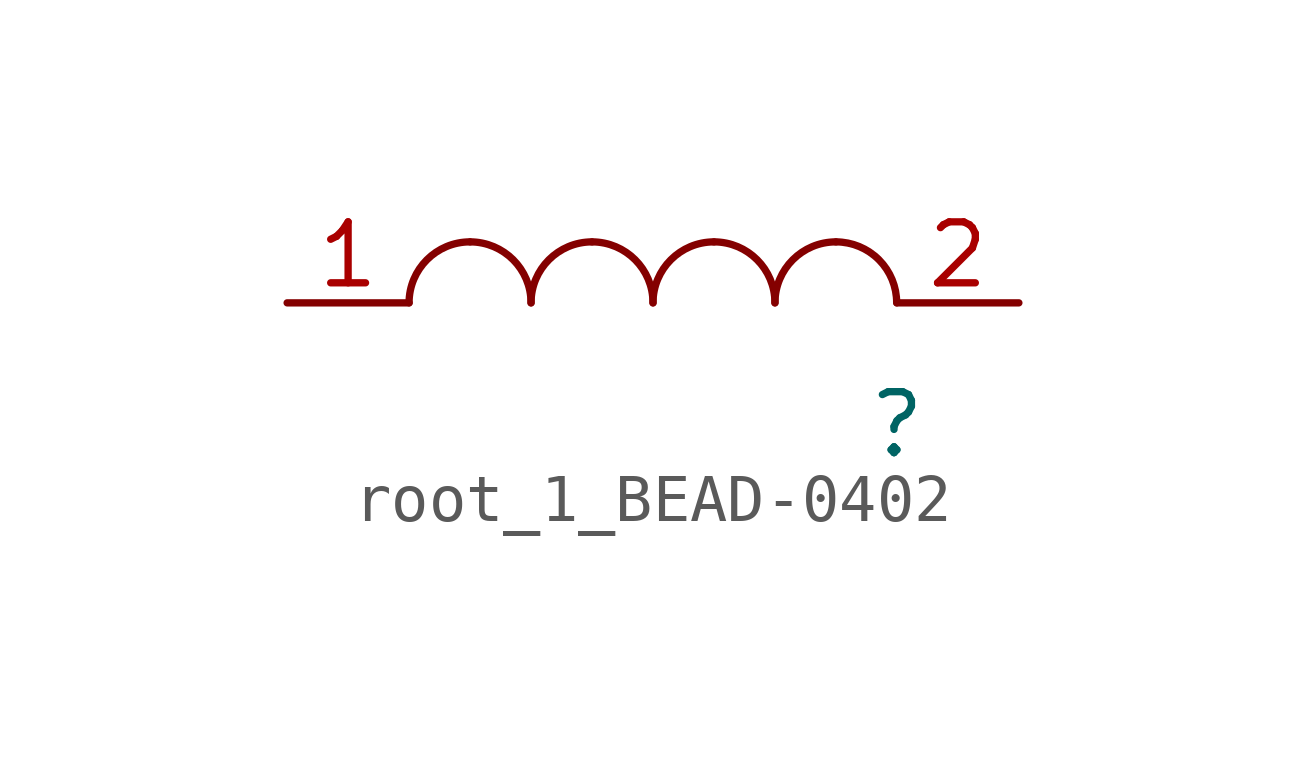
<source format=kicad_sym>
(kicad_symbol_lib
  (version 20220914)
  (generator kicad_symbol_editor)
  (symbol "root_1_BEAD-0402"
    (property "Reference" ""
      (at 0 0 0)
      (effects (font (size 1.27 1.27))))
    (property "Value" ""
      (at 0 0 0)
      (effects (font (size 1.27 1.27))))
    (symbol "root_1_BEAD-0402_1_0"
      (arc (start -8.89 3.81) (mid -9.788 3.438) (end -10.16 2.54) (stroke (width 0) (type solid)) (fill (type none)))
      (arc (start -7.62 2.54) (mid -7.992 3.438) (end -8.89 3.81) (stroke (width 0) (type solid)) (fill (type none)))
      (arc (start -6.35 3.81) (mid -7.248 3.438) (end -7.62 2.54) (stroke (width 0) (type solid)) (fill (type none)))
      (arc (start -5.08 2.54) (mid -5.452 3.438) (end -6.35 3.81) (stroke (width 0) (type solid)) (fill (type none)))
      (arc (start -3.81 3.81) (mid -4.708 3.438) (end -5.08 2.54) (stroke (width 0) (type solid)) (fill (type none)))
      (arc (start -2.54 2.54) (mid -2.912 3.438) (end -3.81 3.81) (stroke (width 0) (type solid)) (fill (type none)))
      (arc (start -1.27 3.81) (mid -2.168 3.438) (end -2.54 2.54) (stroke (width 0) (type solid)) (fill (type none)))
      (arc (start 0 2.54) (mid -0.372 3.438) (end -1.27 3.81) (stroke (width 0) (type solid)) (fill (type none)))
      (pin passive line (at -12.7 2.54 0) (length 2.54) (name "1" (effects (font (size 0 0)))) (number "1" (effects (font (size 1.27 1.27)))))
      (pin passive line (at 2.54 2.54 180) (length 2.54) (name "2" (effects (font (size 0 0)))) (number "2" (effects (font (size 1.27 1.27))))))))
</source>
